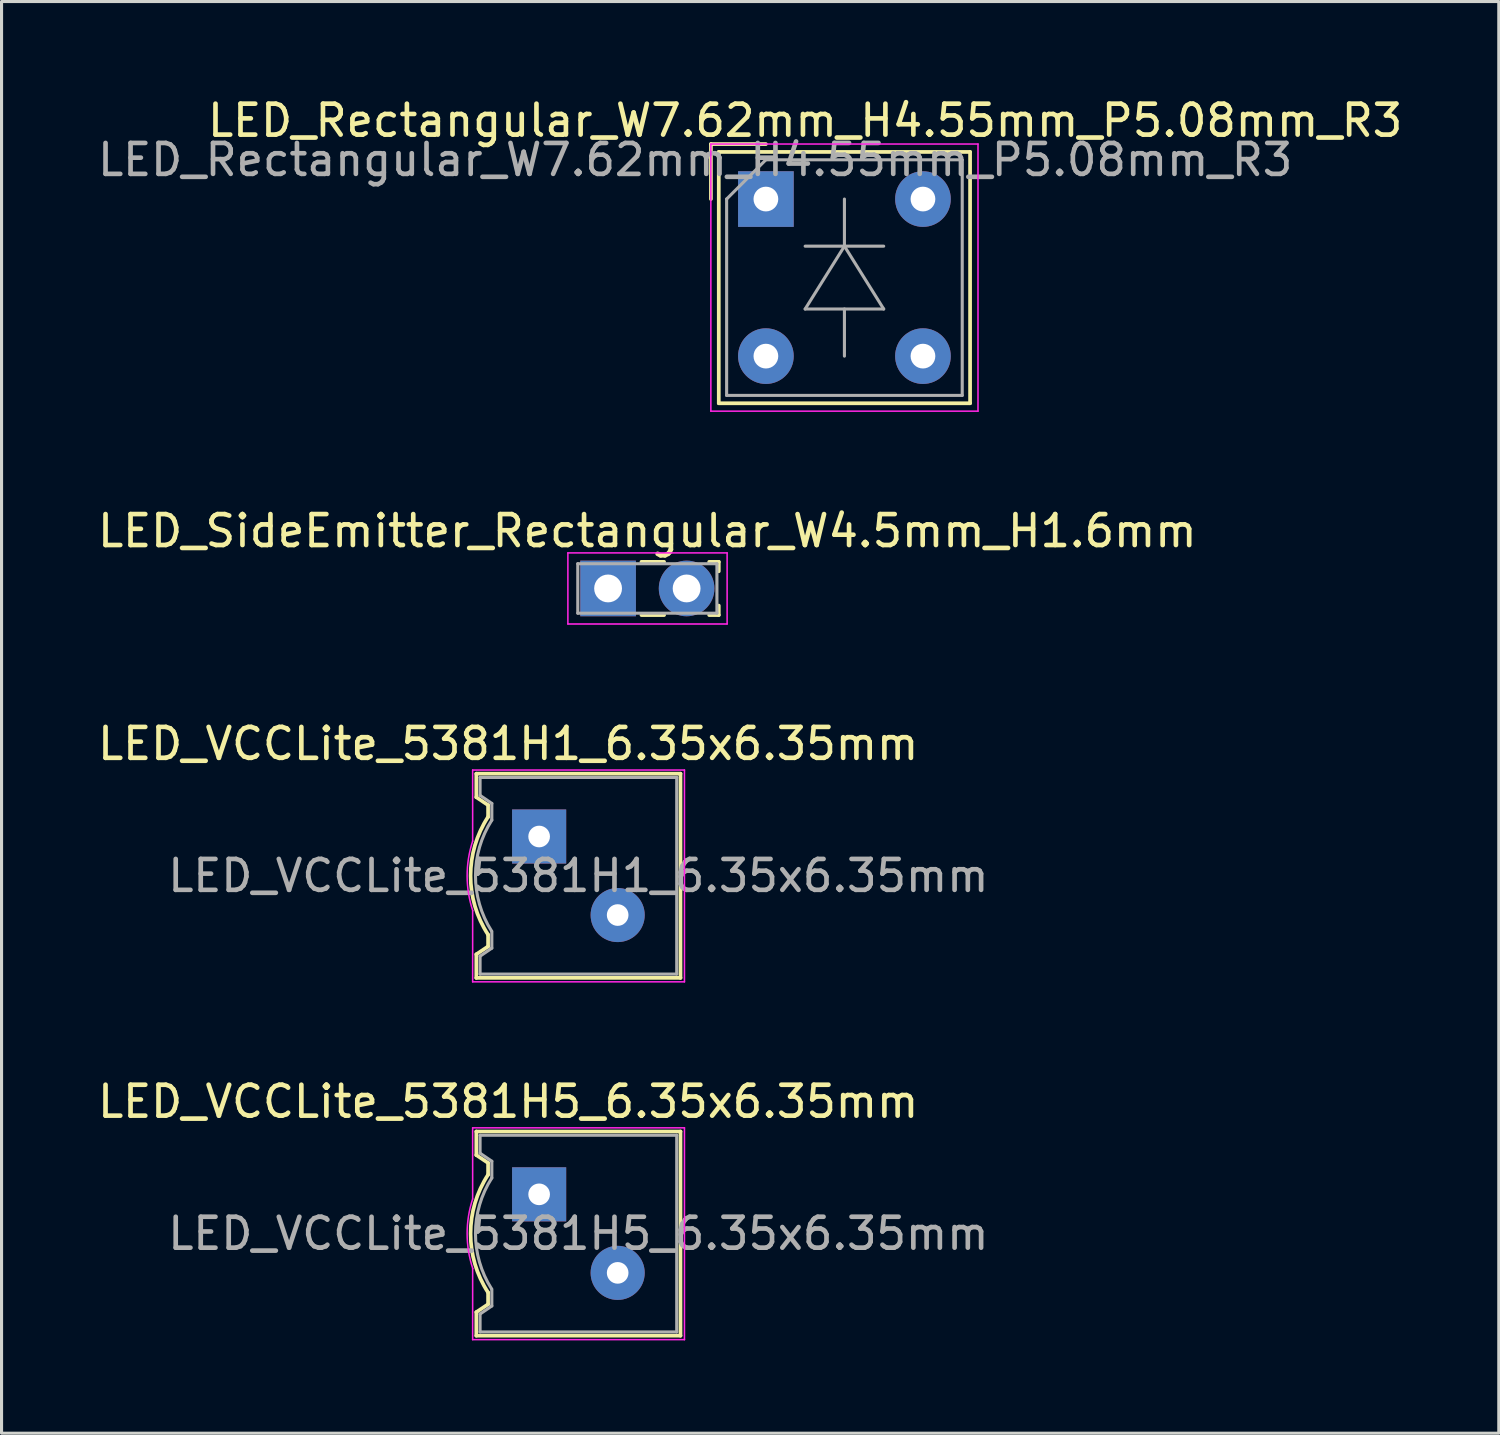
<source format=kicad_pcb>
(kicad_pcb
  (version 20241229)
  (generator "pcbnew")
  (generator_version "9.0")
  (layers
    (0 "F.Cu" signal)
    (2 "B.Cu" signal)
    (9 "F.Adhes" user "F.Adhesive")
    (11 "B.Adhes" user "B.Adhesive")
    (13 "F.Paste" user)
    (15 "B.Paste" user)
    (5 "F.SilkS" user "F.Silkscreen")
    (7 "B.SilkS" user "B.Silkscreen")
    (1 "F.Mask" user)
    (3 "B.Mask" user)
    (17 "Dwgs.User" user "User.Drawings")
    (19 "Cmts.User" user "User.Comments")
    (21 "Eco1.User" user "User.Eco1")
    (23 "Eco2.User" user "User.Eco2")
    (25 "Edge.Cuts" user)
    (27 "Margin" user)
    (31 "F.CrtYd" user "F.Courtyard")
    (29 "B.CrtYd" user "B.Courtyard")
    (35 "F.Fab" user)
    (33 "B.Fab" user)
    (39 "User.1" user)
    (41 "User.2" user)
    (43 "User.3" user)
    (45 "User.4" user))
  (footprint "LED_VCCLite_5381H1_6.35x6.35mm"
    (layer "F.Cu")
    (at 14.387 24.005)
    (property "Reference" "LED_VCCLite_5381H1_6.35x6.35mm" (at -1 -3 0) (layer "F.SilkS") (effects (font (size 1 1) (thickness 0.15))))
    (attr through_hole)
    (fp_line (start -2.032 -2.032) (end -2.032 -1.27) (stroke (width 0.12) (type solid)) (layer "F.SilkS"))
    (fp_line (start -2.032 -1.27) (end -1.651 -1.016) (stroke (width 0.12) (type solid)) (layer "F.SilkS"))
    (fp_line (start -2.032 4.572) (end -2.032 3.81) (stroke (width 0.12) (type solid)) (layer "F.SilkS"))
    (fp_line (start -1.651 -1.016) (end -1.651 -0.635) (stroke (width 0.12) (type solid)) (layer "F.SilkS"))
    (fp_line (start -1.651 3.556) (end -2.032 3.81) (stroke (width 0.12) (type solid)) (layer "F.SilkS"))
    (fp_line (start -1.651 3.556) (end -1.651 3.175) (stroke (width 0.12) (type solid)) (layer "F.SilkS"))
    (fp_line (start 4.572 -2.032) (end -2.032 -2.032) (stroke (width 0.12) (type solid)) (layer "F.SilkS"))
    (fp_line (start 4.572 4.572) (end -2.032 4.572) (stroke (width 0.12) (type solid)) (layer "F.SilkS"))
    (fp_line (start 4.572 4.572) (end 4.572 -2.032) (stroke (width 0.12) (type solid)) (layer "F.SilkS"))
    (fp_arc (start -1.651753 3.173843) (mid -2.2173 1.26931) (end -1.650999 -0.634999) (stroke (width 0.12) (type solid)) (layer "F.SilkS"))
    (fp_line (start -2.15 -2.15) (end -2.15 0.15) (stroke (width 0.05) (type solid)) (layer "F.CrtYd"))
    (fp_line (start -2.15 -2.15) (end 4.7 -2.15) (stroke (width 0.05) (type solid)) (layer "F.CrtYd"))
    (fp_line (start -2.15 4.7) (end -2.15 2.4) (stroke (width 0.05) (type solid)) (layer "F.CrtYd"))
    (fp_line (start 4.7 -2.15) (end 4.7 4.7) (stroke (width 0.05) (type solid)) (layer "F.CrtYd"))
    (fp_line (start 4.7 4.7) (end -2.15 4.7) (stroke (width 0.05) (type solid)) (layer "F.CrtYd"))
    (fp_arc (start -2.147033 2.39902) (mid -2.328719 1.274748) (end -2.15 0.15) (stroke (width 0.05) (type solid)) (layer "F.CrtYd"))
    (fp_line (start -1.91 -1.91) (end -1.91 -1.33) (stroke (width 0.1) (type solid)) (layer "F.Fab"))
    (fp_line (start -1.91 -1.91) (end 4.45 -1.91) (stroke (width 0.1) (type solid)) (layer "F.Fab"))
    (fp_line (start -1.91 -1.33) (end -1.53 -1.07) (stroke (width 0.1) (type solid)) (layer "F.Fab"))
    (fp_line (start -1.91 3.87) (end -1.53 3.61) (stroke (width 0.1) (type solid)) (layer "F.Fab"))
    (fp_line (start -1.91 4.45) (end -1.91 3.87) (stroke (width 0.1) (type solid)) (layer "F.Fab"))
    (fp_line (start -1.53 -1.07) (end -1.53 -0.53) (stroke (width 0.1) (type solid)) (layer "F.Fab"))
    (fp_line (start -1.53 3.61) (end -1.53 3.07) (stroke (width 0.1) (type solid)) (layer "F.Fab"))
    (fp_line (start 4.45 -1.91) (end 4.45 4.45) (stroke (width 0.1) (type solid)) (layer "F.Fab"))
    (fp_line (start 4.45 4.45) (end -1.91 4.45) (stroke (width 0.1) (type solid)) (layer "F.Fab"))
    (fp_arc (start -1.538265 3.057078) (mid -2.058655 1.26233) (end -1.53 -0.53) (stroke (width 0.1) (type solid)) (layer "F.Fab"))
    (fp_text user "${REFERENCE}" (at 1.27 1.27 0) (layer "F.Fab") (effects (font (size 1 1) (thickness 0.15))))
    (pad "1" thru_hole rect (at 0 0 270) (size 1.75 1.75) (drill 0.7) (layers "*.Cu" "*.Mask"))
    (pad "2" thru_hole circle (at 2.54 2.54 270) (size 1.75 1.75) (drill 0.7) (layers "*.Cu" "*.Mask")))
  (footprint "LED_SideEmitter_Rectangular_W4.5mm_H1.6mm"
    (layer "F.Cu")
    (at 16.617 15.982)
    (property "Reference" "LED_SideEmitter_Rectangular_W4.5mm_H1.6mm" (at 1.27 -1.86 0) (layer "F.SilkS") (effects (font (size 1 1) (thickness 0.15))))
    (attr through_hole)
    (fp_line (start 1.08 -0.861) (end 1.811 -0.861) (stroke (width 0.12) (type solid)) (layer "F.SilkS"))
    (fp_line (start 1.08 0.861) (end 1.811 0.861) (stroke (width 0.12) (type solid)) (layer "F.SilkS"))
    (fp_line (start 3.27 -0.861) (end 3.58 -0.861) (stroke (width 0.12) (type solid)) (layer "F.SilkS"))
    (fp_line (start 3.27 0.861) (end 3.58 0.861) (stroke (width 0.12) (type solid)) (layer "F.SilkS"))
    (fp_line (start 3.58 -0.861) (end 3.58 -0.555) (stroke (width 0.12) (type solid)) (layer "F.SilkS"))
    (fp_line (start 3.58 0.555) (end 3.58 0.861) (stroke (width 0.12) (type solid)) (layer "F.SilkS"))
    (fp_line (start -1.3 -1.15) (end -1.3 1.15) (stroke (width 0.05) (type solid)) (layer "F.CrtYd"))
    (fp_line (start -1.3 1.15) (end 3.85 1.15) (stroke (width 0.05) (type solid)) (layer "F.CrtYd"))
    (fp_line (start 3.85 -1.15) (end -1.3 -1.15) (stroke (width 0.05) (type solid)) (layer "F.CrtYd"))
    (fp_line (start 3.85 1.15) (end 3.85 -1.15) (stroke (width 0.05) (type solid)) (layer "F.CrtYd"))
    (fp_line (start -0.98 -0.8) (end -0.98 0.8) (stroke (width 0.1) (type solid)) (layer "F.Fab"))
    (fp_line (start -0.98 0.8) (end 3.52 0.8) (stroke (width 0.1) (type solid)) (layer "F.Fab"))
    (fp_line (start 3.52 -0.8) (end -0.98 -0.8) (stroke (width 0.1) (type solid)) (layer "F.Fab"))
    (fp_line (start 3.52 0.8) (end 3.52 -0.8) (stroke (width 0.1) (type solid)) (layer "F.Fab"))
    (pad "1" thru_hole rect (at 0 0) (size 1.8 1.8) (drill 0.9) (layers "*.Cu" "*.Mask"))
    (pad "2" thru_hole circle (at 2.54 0) (size 1.8 1.8) (drill 0.9) (layers "*.Cu" "*.Mask")))
  (footprint "LED_VCCLite_5381H5_6.35x6.35mm"
    (layer "F.Cu")
    (at 14.387 35.578)
    (property "Reference" "LED_VCCLite_5381H5_6.35x6.35mm" (at -1 -3 0) (layer "F.SilkS") (effects (font (size 1 1) (thickness 0.15))))
    (attr through_hole)
    (fp_line (start -2.032 -2.032) (end -2.032 -1.27) (stroke (width 0.12) (type solid)) (layer "F.SilkS"))
    (fp_line (start -2.032 -1.27) (end -1.651 -1.016) (stroke (width 0.12) (type solid)) (layer "F.SilkS"))
    (fp_line (start -2.032 4.572) (end -2.032 3.81) (stroke (width 0.12) (type solid)) (layer "F.SilkS"))
    (fp_line (start -1.651 -1.016) (end -1.651 -0.635) (stroke (width 0.12) (type solid)) (layer "F.SilkS"))
    (fp_line (start -1.651 3.556) (end -2.032 3.81) (stroke (width 0.12) (type solid)) (layer "F.SilkS"))
    (fp_line (start -1.651 3.556) (end -1.651 3.175) (stroke (width 0.12) (type solid)) (layer "F.SilkS"))
    (fp_line (start 4.572 -2.032) (end -2.032 -2.032) (stroke (width 0.12) (type solid)) (layer "F.SilkS"))
    (fp_line (start 4.572 4.572) (end -2.032 4.572) (stroke (width 0.12) (type solid)) (layer "F.SilkS"))
    (fp_line (start 4.572 4.572) (end 4.572 -2.032) (stroke (width 0.12) (type solid)) (layer "F.SilkS"))
    (fp_arc (start -1.651753 3.173843) (mid -2.2173 1.26931) (end -1.650999 -0.634999) (stroke (width 0.12) (type solid)) (layer "F.SilkS"))
    (fp_line (start -2.15 -2.15) (end -2.15 0.15) (stroke (width 0.05) (type solid)) (layer "F.CrtYd"))
    (fp_line (start -2.15 -2.15) (end 4.7 -2.15) (stroke (width 0.05) (type solid)) (layer "F.CrtYd"))
    (fp_line (start -2.15 4.7) (end -2.15 2.4) (stroke (width 0.05) (type solid)) (layer "F.CrtYd"))
    (fp_line (start 4.7 -2.15) (end 4.7 4.7) (stroke (width 0.05) (type solid)) (layer "F.CrtYd"))
    (fp_line (start 4.7 4.7) (end -2.15 4.7) (stroke (width 0.05) (type solid)) (layer "F.CrtYd"))
    (fp_arc (start -2.147033 2.39902) (mid -2.328719 1.274748) (end -2.15 0.15) (stroke (width 0.05) (type solid)) (layer "F.CrtYd"))
    (fp_line (start -1.91 -1.91) (end -1.91 -1.33) (stroke (width 0.1) (type solid)) (layer "F.Fab"))
    (fp_line (start -1.91 -1.91) (end 4.45 -1.91) (stroke (width 0.1) (type solid)) (layer "F.Fab"))
    (fp_line (start -1.91 -1.33) (end -1.53 -1.07) (stroke (width 0.1) (type solid)) (layer "F.Fab"))
    (fp_line (start -1.91 3.87) (end -1.53 3.61) (stroke (width 0.1) (type solid)) (layer "F.Fab"))
    (fp_line (start -1.91 4.45) (end -1.91 3.87) (stroke (width 0.1) (type solid)) (layer "F.Fab"))
    (fp_line (start -1.53 -1.07) (end -1.53 -0.53) (stroke (width 0.1) (type solid)) (layer "F.Fab"))
    (fp_line (start -1.53 3.61) (end -1.53 3.07) (stroke (width 0.1) (type solid)) (layer "F.Fab"))
    (fp_line (start 4.45 -1.91) (end 4.45 4.45) (stroke (width 0.1) (type solid)) (layer "F.Fab"))
    (fp_line (start 4.45 4.45) (end -1.91 4.45) (stroke (width 0.1) (type solid)) (layer "F.Fab"))
    (fp_arc (start -1.538265 3.057078) (mid -2.058655 1.26233) (end -1.53 -0.53) (stroke (width 0.1) (type solid)) (layer "F.Fab"))
    (fp_text user "${REFERENCE}" (at 1.27 1.27 0) (layer "F.Fab") (effects (font (size 1 1) (thickness 0.15))))
    (pad "1" thru_hole rect (at 0 0 270) (size 1.75 1.75) (drill 0.7) (layers "*.Cu" "*.Mask"))
    (pad "2" thru_hole circle (at 2.54 2.54 270) (size 1.75 1.75) (drill 0.7) (layers "*.Cu" "*.Mask")))
  (footprint "LED_Rectangular_W7.62mm_H4.55mm_P5.08mm_R3"
    (layer "F.Cu")
    (at 21.721 3.388)
    (property "Reference" "LED_Rectangular_W7.62mm_H4.55mm_P5.08mm_R3" (at 1.27 -2.54 0) (layer "F.SilkS") (effects (font (size 1 1) (thickness 0.15))))
    (attr through_hole)
    (fp_line (start -1.778 -1.778) (end -1.778 0) (stroke (width 0.12) (type solid)) (layer "F.SilkS"))
    (fp_line (start -1.524 -1.524) (end -1.524 6.604) (stroke (width 0.12) (type solid)) (layer "F.SilkS"))
    (fp_line (start -1.524 6.604) (end 6.604 6.604) (stroke (width 0.12) (type solid)) (layer "F.SilkS"))
    (fp_line (start 0 -1.778) (end -1.778 -1.778) (stroke (width 0.12) (type solid)) (layer "F.SilkS"))
    (fp_line (start 6.604 -1.524) (end -1.524 -1.524) (stroke (width 0.12) (type solid)) (layer "F.SilkS"))
    (fp_line (start 6.604 6.604) (end 6.604 -1.524) (stroke (width 0.12) (type solid)) (layer "F.SilkS"))
    (fp_line (start -1.78 -1.78) (end 6.86 -1.78) (stroke (width 0.05) (type solid)) (layer "F.CrtYd"))
    (fp_line (start -1.78 6.86) (end -1.78 -1.78) (stroke (width 0.05) (type solid)) (layer "F.CrtYd"))
    (fp_line (start 6.86 -1.78) (end 6.86 6.86) (stroke (width 0.05) (type solid)) (layer "F.CrtYd"))
    (fp_line (start 6.86 6.86) (end -1.78 6.86) (stroke (width 0.05) (type solid)) (layer "F.CrtYd"))
    (fp_line (start -1.27 0) (end -1.27 6.35) (stroke (width 0.1) (type solid)) (layer "F.Fab"))
    (fp_line (start -1.27 6.35) (end 6.35 6.35) (stroke (width 0.1) (type solid)) (layer "F.Fab"))
    (fp_line (start 0 -1.27) (end -1.27 0) (stroke (width 0.1) (type solid)) (layer "F.Fab"))
    (fp_line (start 1.27 1.524) (end 3.81 1.524) (stroke (width 0.1) (type solid)) (layer "F.Fab"))
    (fp_line (start 1.27 3.556) (end 2.54 1.524) (stroke (width 0.1) (type solid)) (layer "F.Fab"))
    (fp_line (start 2.54 0) (end 2.54 1.524) (stroke (width 0.1) (type solid)) (layer "F.Fab"))
    (fp_line (start 2.54 1.524) (end 3.81 3.556) (stroke (width 0.1) (type solid)) (layer "F.Fab"))
    (fp_line (start 2.54 3.556) (end 2.54 5.08) (stroke (width 0.1) (type solid)) (layer "F.Fab"))
    (fp_line (start 3.81 3.556) (end 1.27 3.556) (stroke (width 0.1) (type solid)) (layer "F.Fab"))
    (fp_line (start 6.35 -1.27) (end 0 -1.27) (stroke (width 0.1) (type solid)) (layer "F.Fab"))
    (fp_line (start 6.35 6.35) (end 6.35 -1.27) (stroke (width 0.1) (type solid)) (layer "F.Fab"))
    (fp_text user "${REFERENCE}" (at -2.286 -1.27 0) (layer "F.Fab") (effects (font (size 1 1) (thickness 0.15))))
    (pad "1" thru_hole rect (at 0 0) (size 1.8 1.8) (drill 0.8) (layers "*.Cu" "*.Mask"))
    (pad "1" thru_hole circle (at 5.08 0) (size 1.8 1.8) (drill 0.8) (layers "*.Cu" "*.Mask"))
    (pad "2" thru_hole circle (at 0 5.08) (size 1.8 1.8) (drill 0.8) (layers "*.Cu" "*.Mask"))
    (pad "2" thru_hole circle (at 5.08 5.08) (size 1.8 1.8) (drill 0.8) (layers "*.Cu" "*.Mask")))
  (gr_rect
    (start -3 -3)
    (end 45.425 43.303)
    (stroke (width 0.1) (type default))
    (fill no)
    (layer "Edge.Cuts")))
</source>
